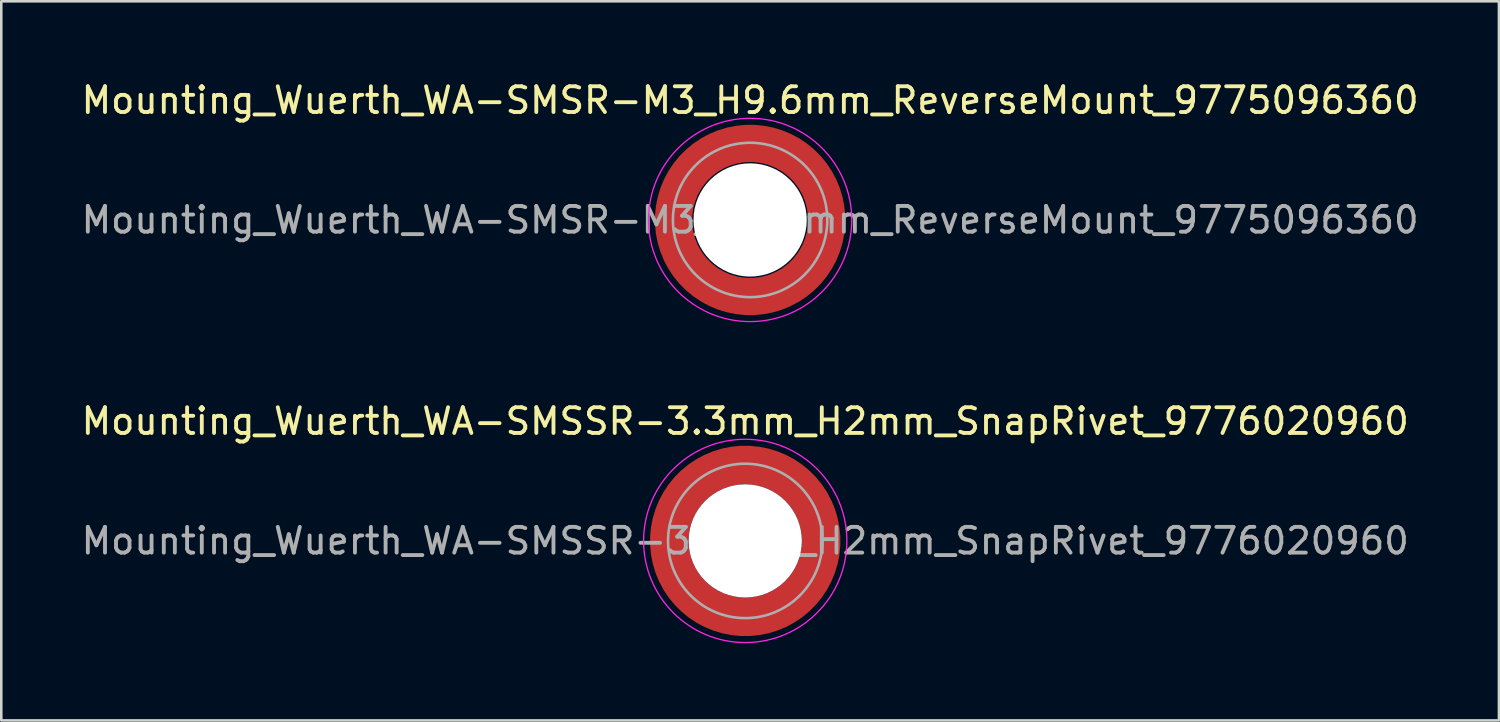
<source format=kicad_pcb>
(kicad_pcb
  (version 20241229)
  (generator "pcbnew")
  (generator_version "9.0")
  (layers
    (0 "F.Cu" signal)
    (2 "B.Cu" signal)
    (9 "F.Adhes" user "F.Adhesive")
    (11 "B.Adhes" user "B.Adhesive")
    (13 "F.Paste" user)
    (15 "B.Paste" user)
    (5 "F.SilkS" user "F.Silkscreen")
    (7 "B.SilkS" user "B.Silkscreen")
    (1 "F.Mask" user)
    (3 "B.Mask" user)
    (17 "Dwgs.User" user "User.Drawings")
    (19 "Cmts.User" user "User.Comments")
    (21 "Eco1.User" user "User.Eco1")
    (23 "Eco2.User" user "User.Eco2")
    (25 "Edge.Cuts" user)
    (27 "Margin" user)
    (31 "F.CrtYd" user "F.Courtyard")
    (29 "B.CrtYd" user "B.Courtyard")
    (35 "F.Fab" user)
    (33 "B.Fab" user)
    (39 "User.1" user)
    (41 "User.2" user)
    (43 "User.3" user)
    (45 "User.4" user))
  (footprint "Mounting_Wuerth_WA-SMSSR-3.3mm_H2mm_SnapRivet_9776020960"
    (layer "F.Cu")
    (at 25.911 17.971)
    (property "Reference" "Mounting_Wuerth_WA-SMSSR-3.3mm_H2mm_SnapRivet_9776020960" (at 0 -4.65 0) (layer "F.SilkS") (effects (font (size 1 1) (thickness 0.15))))
    (attr smd)
    (fp_circle (center 0 0) (end 3.95 0) (stroke (width 0.05) (type solid)) (fill no) (layer "F.CrtYd"))
    (fp_circle (center 0 0) (end 3 0) (stroke (width 0.1) (type solid)) (fill no) (layer "F.Fab"))
    (fp_text user "${REFERENCE}" (at 0 0 0) (layer "F.Fab") (effects (font (size 1 1) (thickness 0.15))))
    (pad "" smd custom (at -2.077 -2.077) (size 0.995 0.995) (layers "F.Paste") (options (anchor circle)) (primitives (gr_arc (start -0.208831 1.577126) (mid 0.422144 0.422848) (end 1.576154 -0.208618) (width 0.2)) (gr_arc (start -0.310669 1.577126) (mid 0.35138 0.35278) (end 1.575188 -0.310262) (width 0.2)) (gr_arc (start -0.412325 1.577126) (mid 0.280305 0.283024) (end 1.573357 -0.411565) (width 0.2)) (gr_arc (start -0.51382 1.577126) (mid 0.210358 0.212139) (end 1.574653 -0.513342) (width 0.2)) (gr_arc (start -0.615172 1.577126) (mid 0.139846 0.141818) (end 1.574384 -0.614661) (width 0.2)) (gr_arc (start -0.716397 1.577126) (mid 0.070334 0.070498) (end 1.576898 -0.716356) (width 0.2)) (gr_arc (start -0.817508 1.577126) (mid -0.001805 0.001807) (end 1.572094 -0.816633) (width 0.2)) (gr_arc (start -0.918517 1.577126) (mid -0.071322 -0.06951) (end 1.574599 -0.918094) (width 0.2)) (gr_arc (start -1.019433 1.577126) (mid -0.141902 -0.139762) (end 1.574138 -1.018949) (width 0.2)) (gr_arc (start -1.120266 1.577126) (mid -0.211736 -0.210761) (end 1.575763 -1.120053) (width 0.2)) (gr_arc (start -1.221022 1.577126) (mid -0.282882 -0.280446) (end 1.57372 -1.220505) (width 0.2)) (gr_arc (start -1.32171 1.577126) (mid -0.353407 -0.350753) (end 1.573414 -1.321162) (width 0.2)) (gr_arc (start -1.422335 1.577126) (mid -0.423311 -0.421682) (end 1.574846 -1.422009) (width 0.2)) (gr_line (start 1.577 -0.209) (end 1.577 -1.422) (width 0.2)) (gr_line (start -0.209 1.577) (end -1.422 1.577) (width 0.2))))
    (pad "" smd custom (at -2.077 2.077) (size 0.995 0.995) (layers "F.Paste") (options (anchor circle)) (primitives (gr_arc (start 1.577126 0.208831) (mid 0.422848 -0.422144) (end -0.208618 -1.576154) (width 0.2)) (gr_arc (start 1.577126 0.310669) (mid 0.35278 -0.35138) (end -0.310262 -1.575188) (width 0.2)) (gr_arc (start 1.577126 0.412325) (mid 0.283024 -0.280305) (end -0.411565 -1.573357) (width 0.2)) (gr_arc (start 1.577126 0.51382) (mid 0.212139 -0.210358) (end -0.513342 -1.574653) (width 0.2)) (gr_arc (start 1.577126 0.615172) (mid 0.141818 -0.139846) (end -0.614661 -1.574384) (width 0.2)) (gr_arc (start 1.577126 0.716397) (mid 0.070498 -0.070334) (end -0.716356 -1.576898) (width 0.2)) (gr_arc (start 1.577126 0.817508) (mid 0.001807 0.001805) (end -0.816633 -1.572094) (width 0.2)) (gr_arc (start 1.577126 0.918517) (mid -0.06951 0.071322) (end -0.918094 -1.574599) (width 0.2)) (gr_arc (start 1.577126 1.019433) (mid -0.139762 0.141902) (end -1.018949 -1.574138) (width 0.2)) (gr_arc (start 1.577126 1.120266) (mid -0.210761 0.211736) (end -1.120053 -1.575763) (width 0.2)) (gr_arc (start 1.577126 1.221022) (mid -0.280446 0.282882) (end -1.220505 -1.57372) (width 0.2)) (gr_arc (start 1.577126 1.32171) (mid -0.350753 0.353407) (end -1.321162 -1.573414) (width 0.2)) (gr_arc (start 1.577126 1.422335) (mid -0.421682 0.423311) (end -1.422009 -1.574846) (width 0.2)) (gr_line (start -0.209 -1.577) (end -1.422 -1.577) (width 0.2)) (gr_line (start 1.577 0.209) (end 1.577 1.422) (width 0.2))))
    (pad "" np_thru_hole circle (at 0 0) (size 4.4 4.4) (drill 4.4) (layers "*.Cu" "*.Mask"))
    (pad "" smd custom (at 2.077 -2.077) (size 0.995 0.995) (layers "F.Paste") (options (anchor circle)) (primitives (gr_arc (start -1.577126 -0.208831) (mid -0.422848 0.422144) (end 0.208618 1.576154) (width 0.2)) (gr_arc (start -1.577126 -0.310669) (mid -0.35278 0.35138) (end 0.310262 1.575188) (width 0.2)) (gr_arc (start -1.577126 -0.412325) (mid -0.283024 0.280305) (end 0.411565 1.573357) (width 0.2)) (gr_arc (start -1.577126 -0.51382) (mid -0.212139 0.210358) (end 0.513342 1.574653) (width 0.2)) (gr_arc (start -1.577126 -0.615172) (mid -0.141818 0.139846) (end 0.614661 1.574384) (width 0.2)) (gr_arc (start -1.577126 -0.716397) (mid -0.070498 0.070334) (end 0.716356 1.576898) (width 0.2)) (gr_arc (start -1.577126 -0.817508) (mid -0.001807 -0.001805) (end 0.816633 1.572094) (width 0.2)) (gr_arc (start -1.577126 -0.918517) (mid 0.06951 -0.071322) (end 0.918094 1.574599) (width 0.2)) (gr_arc (start -1.577126 -1.019433) (mid 0.139762 -0.141902) (end 1.018949 1.574138) (width 0.2)) (gr_arc (start -1.577126 -1.120266) (mid 0.210761 -0.211736) (end 1.120053 1.575763) (width 0.2)) (gr_arc (start -1.577126 -1.221022) (mid 0.280446 -0.282882) (end 1.220505 1.57372) (width 0.2)) (gr_arc (start -1.577126 -1.32171) (mid 0.350753 -0.353407) (end 1.321162 1.573414) (width 0.2)) (gr_arc (start -1.577126 -1.422335) (mid 0.421682 -0.423311) (end 1.422009 1.574846) (width 0.2)) (gr_line (start 0.209 1.577) (end 1.422 1.577) (width 0.2)) (gr_line (start -1.577 -0.209) (end -1.577 -1.422) (width 0.2))))
    (pad "" smd custom (at 2.077 2.077) (size 0.995 0.995) (layers "F.Paste") (options (anchor circle)) (primitives (gr_arc (start 0.208831 -1.577126) (mid -0.422144 -0.422848) (end -1.576154 0.208618) (width 0.2)) (gr_arc (start 0.310669 -1.577126) (mid -0.35138 -0.35278) (end -1.575188 0.310262) (width 0.2)) (gr_arc (start 0.412325 -1.577126) (mid -0.280305 -0.283024) (end -1.573357 0.411565) (width 0.2)) (gr_arc (start 0.51382 -1.577126) (mid -0.210358 -0.212139) (end -1.574653 0.513342) (width 0.2)) (gr_arc (start 0.615172 -1.577126) (mid -0.139846 -0.141818) (end -1.574384 0.614661) (width 0.2)) (gr_arc (start 0.716397 -1.577126) (mid -0.070334 -0.070498) (end -1.576898 0.716356) (width 0.2)) (gr_arc (start 0.817508 -1.577126) (mid 0.001805 -0.001807) (end -1.572094 0.816633) (width 0.2)) (gr_arc (start 0.918517 -1.577126) (mid 0.071322 0.06951) (end -1.574599 0.918094) (width 0.2)) (gr_arc (start 1.019433 -1.577126) (mid 0.141902 0.139762) (end -1.574138 1.018949) (width 0.2)) (gr_arc (start 1.120266 -1.577126) (mid 0.211736 0.210761) (end -1.575763 1.120053) (width 0.2)) (gr_arc (start 1.221022 -1.577126) (mid 0.282882 0.280446) (end -1.57372 1.220505) (width 0.2)) (gr_arc (start 1.32171 -1.577126) (mid 0.353407 0.350753) (end -1.573414 1.321162) (width 0.2)) (gr_arc (start 1.422335 -1.577126) (mid 0.423311 0.421682) (end -1.574846 1.422009) (width 0.2)) (gr_line (start -1.577 0.209) (end -1.577 1.422) (width 0.2)) (gr_line (start 0.209 -1.577) (end 1.422 -1.577) (width 0.2))))
    (pad "1" smd circle (at -2.95 0) (size 1.1 1.1) (layers "F.Cu"))
    (pad "1" smd circle (at 0 -2.95) (size 1.1 1.1) (layers "F.Cu"))
    (pad "1" smd circle (at 0 2.95) (size 1.1 1.1) (layers "F.Cu"))
    (pad "1" smd custom (at 2.95 0) (size 1.1 1.1) (layers "F.Cu" "F.Mask") (options (anchor circle)) (primitives (gr_circle (center -2.95 0) (end 0 0) (width 1.5) (fill no)))))
  (footprint "Mounting_Wuerth_WA-SMSR-M3_H9.6mm_ReverseMount_9775096360"
    (layer "F.Cu")
    (at 26.101 5.498)
    (property "Reference" "Mounting_Wuerth_WA-SMSR-M3_H9.6mm_ReverseMount_9775096360" (at 0 -4.65 0) (layer "F.SilkS") (effects (font (size 1 1) (thickness 0.15))))
    (attr smd)
    (fp_circle (center 0 0) (end 3.95 0) (stroke (width 0.05) (type solid)) (fill no) (layer "F.CrtYd"))
    (fp_circle (center 0 0) (end 3 0) (stroke (width 0.1) (type solid)) (fill no) (layer "F.Fab"))
    (fp_text user "${REFERENCE}" (at 0 0 0) (layer "F.Fab") (effects (font (size 1 1) (thickness 0.15))))
    (pad "" smd custom (at -2.095 -2.095) (size 0.945 0.945) (layers "F.Paste") (options (anchor circle)) (primitives (gr_arc (start -0.24231 1.594804) (mid 0.404104 0.405534) (end 1.592827 -0.241886) (width 0.2)) (gr_arc (start -0.3398 1.594804) (mid 0.335987 0.338711) (end 1.591031 -0.339022) (width 0.2)) (gr_arc (start -0.437132 1.594804) (mid 0.268952 0.270807) (end 1.592231 -0.436623) (width 0.2)) (gr_arc (start -0.534324 1.594804) (mid 0.201345 0.203474) (end 1.591846 -0.53376) (width 0.2)) (gr_arc (start -0.631391 1.594804) (mid 0.134696 0.135183) (end 1.594126 -0.631267) (width 0.2)) (gr_arc (start -0.728345 1.594804) (mid 0.067234 0.067705) (end 1.594149 -0.728229) (width 0.2)) (gr_arc (start -0.825197 1.594804) (mid -0.001218 0.001219) (end 1.591408 -0.824614) (width 0.2)) (gr_arc (start -0.921958 1.594804) (mid -0.068952 -0.065985) (end 1.590665 -0.921269) (width 0.2)) (gr_arc (start -1.018637 1.594804) (mid -0.135972 -0.133906) (end 1.59192 -1.018172) (width 0.2)) (gr_arc (start -1.115239 1.594804) (mid -0.20428 -0.200537) (end 1.589574 -1.11442) (width 0.2)) (gr_arc (start -1.211773 1.594804) (mid -0.26993 -0.269828) (end 1.594662 -1.211752) (width 0.2)) (gr_arc (start -1.308244 1.594804) (mid -0.33911 -0.335587) (end 1.589875 -1.307516) (width 0.2)) (gr_arc (start -1.404657 1.594804) (mid -0.405633 -0.404004) (end 1.592524 -1.404331) (width 0.2)) (gr_arc (start -1.404657 1.594804) (mid -0.405633 -0.404004) (end 1.592524 -1.404331) (width 0.2)) (gr_line (start 1.595 -0.242) (end 1.595 -1.405) (width 0.2)) (gr_line (start -0.242 1.595) (end -1.405 1.595) (width 0.2))))
    (pad "" smd custom (at -2.095 2.095) (size 0.945 0.945) (layers "F.Paste") (options (anchor circle)) (primitives (gr_arc (start 1.594804 0.24231) (mid 0.405534 -0.404104) (end -0.241886 -1.592827) (width 0.2)) (gr_arc (start 1.594804 0.3398) (mid 0.338711 -0.335987) (end -0.339022 -1.591031) (width 0.2)) (gr_arc (start 1.594804 0.437132) (mid 0.270807 -0.268952) (end -0.436623 -1.592231) (width 0.2)) (gr_arc (start 1.594804 0.534324) (mid 0.203474 -0.201345) (end -0.53376 -1.591846) (width 0.2)) (gr_arc (start 1.594804 0.631391) (mid 0.135183 -0.134696) (end -0.631267 -1.594126) (width 0.2)) (gr_arc (start 1.594804 0.728345) (mid 0.067705 -0.067234) (end -0.728229 -1.594149) (width 0.2)) (gr_arc (start 1.594804 0.825197) (mid 0.001219 0.001218) (end -0.824614 -1.591408) (width 0.2)) (gr_arc (start 1.594804 0.921958) (mid -0.065985 0.068952) (end -0.921269 -1.590665) (width 0.2)) (gr_arc (start 1.594804 1.018637) (mid -0.133906 0.135972) (end -1.018172 -1.59192) (width 0.2)) (gr_arc (start 1.594804 1.115239) (mid -0.200537 0.20428) (end -1.11442 -1.589574) (width 0.2)) (gr_arc (start 1.594804 1.211773) (mid -0.269828 0.26993) (end -1.211752 -1.594662) (width 0.2)) (gr_arc (start 1.594804 1.308244) (mid -0.335587 0.33911) (end -1.307516 -1.589875) (width 0.2)) (gr_arc (start 1.594804 1.404657) (mid -0.404004 0.405633) (end -1.404331 -1.592524) (width 0.2)) (gr_arc (start 1.594804 1.404657) (mid -0.404004 0.405633) (end -1.404331 -1.592524) (width 0.2)) (gr_line (start -0.242 -1.595) (end -1.405 -1.595) (width 0.2)) (gr_line (start 1.595 0.242) (end 1.595 1.405) (width 0.2))))
    (pad "" np_thru_hole circle (at 0 0) (size 4.4 4.4) (drill 4.4) (layers "*.Cu" "*.Mask"))
    (pad "" smd custom (at 2.095 -2.095) (size 0.945 0.945) (layers "F.Paste") (options (anchor circle)) (primitives (gr_arc (start -1.594804 -0.24231) (mid -0.405534 0.404104) (end 0.241886 1.592827) (width 0.2)) (gr_arc (start -1.594804 -0.3398) (mid -0.338711 0.335987) (end 0.339022 1.591031) (width 0.2)) (gr_arc (start -1.594804 -0.437132) (mid -0.270807 0.268952) (end 0.436623 1.592231) (width 0.2)) (gr_arc (start -1.594804 -0.534324) (mid -0.203474 0.201345) (end 0.53376 1.591846) (width 0.2)) (gr_arc (start -1.594804 -0.631391) (mid -0.135183 0.134696) (end 0.631267 1.594126) (width 0.2)) (gr_arc (start -1.594804 -0.728345) (mid -0.067705 0.067234) (end 0.728229 1.594149) (width 0.2)) (gr_arc (start -1.594804 -0.825197) (mid -0.001219 -0.001218) (end 0.824614 1.591408) (width 0.2)) (gr_arc (start -1.594804 -0.921958) (mid 0.065985 -0.068952) (end 0.921269 1.590665) (width 0.2)) (gr_arc (start -1.594804 -1.018637) (mid 0.133906 -0.135972) (end 1.018172 1.59192) (width 0.2)) (gr_arc (start -1.594804 -1.115239) (mid 0.200537 -0.20428) (end 1.11442 1.589574) (width 0.2)) (gr_arc (start -1.594804 -1.211773) (mid 0.269828 -0.26993) (end 1.211752 1.594662) (width 0.2)) (gr_arc (start -1.594804 -1.308244) (mid 0.335587 -0.33911) (end 1.307516 1.589875) (width 0.2)) (gr_arc (start -1.594804 -1.404657) (mid 0.404004 -0.405633) (end 1.404331 1.592524) (width 0.2)) (gr_arc (start -1.594804 -1.404657) (mid 0.404004 -0.405633) (end 1.404331 1.592524) (width 0.2)) (gr_line (start 0.242 1.595) (end 1.405 1.595) (width 0.2)) (gr_line (start -1.595 -0.242) (end -1.595 -1.405) (width 0.2))))
    (pad "" smd custom (at 2.095 2.095) (size 0.945 0.945) (layers "F.Paste") (options (anchor circle)) (primitives (gr_arc (start 0.24231 -1.594804) (mid -0.404104 -0.405534) (end -1.592827 0.241886) (width 0.2)) (gr_arc (start 0.3398 -1.594804) (mid -0.335987 -0.338711) (end -1.591031 0.339022) (width 0.2)) (gr_arc (start 0.437132 -1.594804) (mid -0.268952 -0.270807) (end -1.592231 0.436623) (width 0.2)) (gr_arc (start 0.534324 -1.594804) (mid -0.201345 -0.203474) (end -1.591846 0.53376) (width 0.2)) (gr_arc (start 0.631391 -1.594804) (mid -0.134696 -0.135183) (end -1.594126 0.631267) (width 0.2)) (gr_arc (start 0.728345 -1.594804) (mid -0.067234 -0.067705) (end -1.594149 0.728229) (width 0.2)) (gr_arc (start 0.825197 -1.594804) (mid 0.001218 -0.001219) (end -1.591408 0.824614) (width 0.2)) (gr_arc (start 0.921958 -1.594804) (mid 0.068952 0.065985) (end -1.590665 0.921269) (width 0.2)) (gr_arc (start 1.018637 -1.594804) (mid 0.135972 0.133906) (end -1.59192 1.018172) (width 0.2)) (gr_arc (start 1.115239 -1.594804) (mid 0.20428 0.200537) (end -1.589574 1.11442) (width 0.2)) (gr_arc (start 1.211773 -1.594804) (mid 0.26993 0.269828) (end -1.594662 1.211752) (width 0.2)) (gr_arc (start 1.308244 -1.594804) (mid 0.33911 0.335587) (end -1.589875 1.307516) (width 0.2)) (gr_arc (start 1.404657 -1.594804) (mid 0.405633 0.404004) (end -1.592524 1.404331) (width 0.2)) (gr_arc (start 1.404657 -1.594804) (mid 0.405633 0.404004) (end -1.592524 1.404331) (width 0.2)) (gr_line (start -1.595 0.242) (end -1.595 1.405) (width 0.2)) (gr_line (start 0.242 -1.595) (end 1.405 -1.595) (width 0.2))))
    (pad "1" smd circle (at -2.975 0) (size 1.05 1.05) (layers "F.Cu"))
    (pad "1" smd circle (at 0 -2.975) (size 1.05 1.05) (layers "F.Cu"))
    (pad "1" smd circle (at 0 2.975) (size 1.05 1.05) (layers "F.Cu"))
    (pad "1" smd custom (at 2.975 0) (size 1.05 1.05) (layers "F.Cu" "F.Mask") (options (anchor circle)) (primitives (gr_circle (center -2.975 0) (end 0 0) (width 1.45) (fill no)))))
  (gr_rect
    (start -3 -3)
    (end 55.202 24.947)
    (stroke (width 0.1) (type default))
    (fill no)
    (layer "Edge.Cuts")))
</source>
